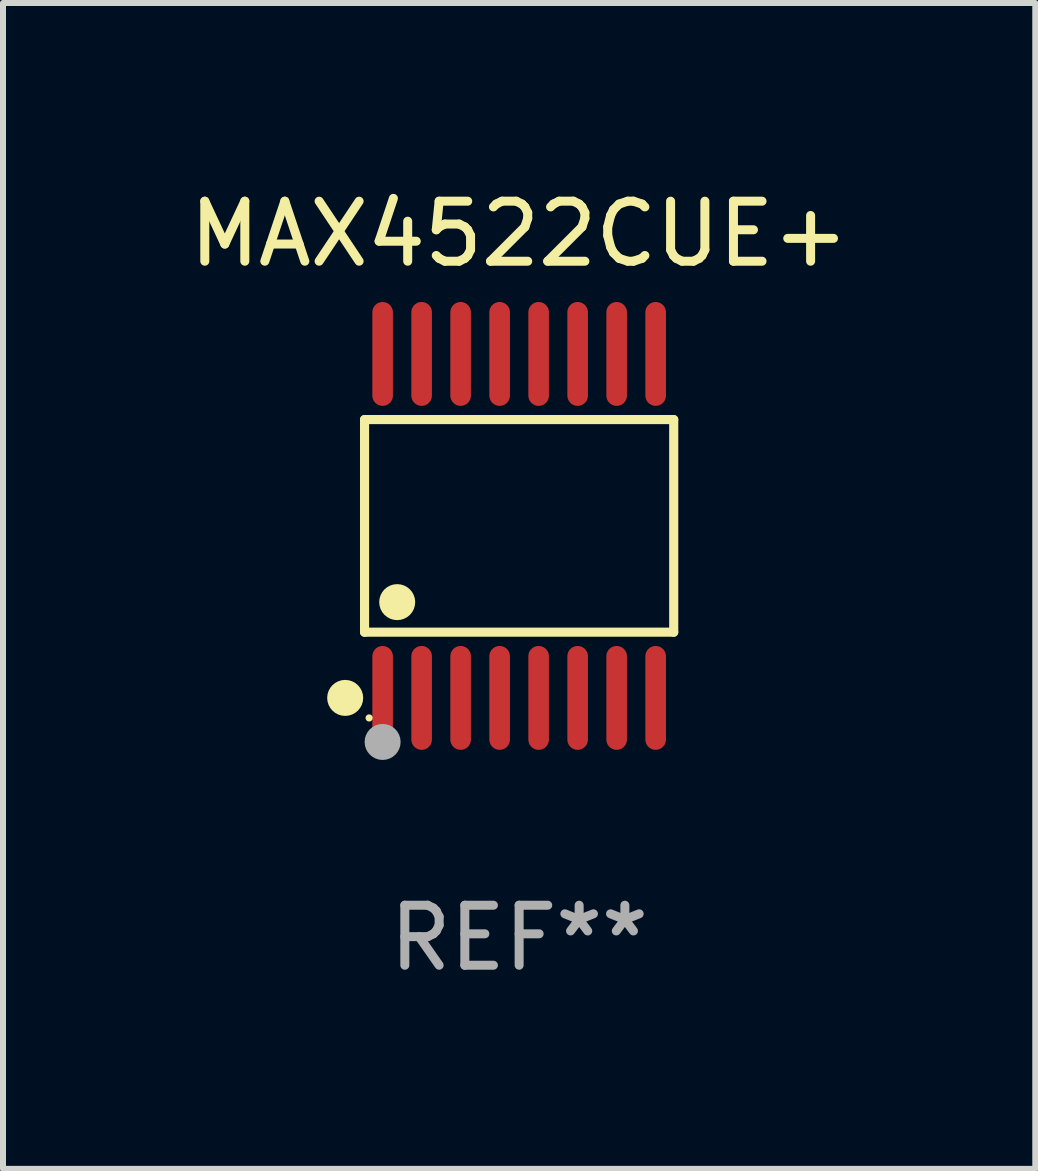
<source format=kicad_pcb>
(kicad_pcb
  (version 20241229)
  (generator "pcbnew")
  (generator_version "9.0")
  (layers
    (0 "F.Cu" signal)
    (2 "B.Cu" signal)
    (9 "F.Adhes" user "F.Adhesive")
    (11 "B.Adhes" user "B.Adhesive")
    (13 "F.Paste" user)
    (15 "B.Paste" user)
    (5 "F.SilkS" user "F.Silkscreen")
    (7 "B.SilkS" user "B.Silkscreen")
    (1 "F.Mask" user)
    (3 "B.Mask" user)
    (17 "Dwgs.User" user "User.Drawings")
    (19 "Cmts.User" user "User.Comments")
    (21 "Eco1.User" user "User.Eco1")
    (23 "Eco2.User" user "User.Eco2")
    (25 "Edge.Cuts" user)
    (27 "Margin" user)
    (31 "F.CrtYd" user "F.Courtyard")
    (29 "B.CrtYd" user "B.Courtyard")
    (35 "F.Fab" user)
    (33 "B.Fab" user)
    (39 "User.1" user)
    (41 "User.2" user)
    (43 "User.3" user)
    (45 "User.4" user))
  (footprint "MAX4522CUE+"
    (layer "F.Cu")
    (at 5.601 5.714)
    (property "Reference" "MAX4522CUE+" (at 0 -4.866 0) (layer "F.SilkS") (effects (font (size 1 1) (thickness 0.15))))
    (attr through_hole)
    (fp_line (start -2.576 -1.772) (end 2.576 -1.772) (stroke (width 0.152) (type solid)) (layer "F.SilkS"))
    (fp_line (start -2.576 1.771) (end -2.576 -1.772) (stroke (width 0.152) (type solid)) (layer "F.SilkS"))
    (fp_line (start 2.576 -1.772) (end 2.576 1.771) (stroke (width 0.152) (type solid)) (layer "F.SilkS"))
    (fp_line (start 2.576 1.771) (end -2.576 1.771) (stroke (width 0.152) (type solid)) (layer "F.SilkS"))
    (fp_circle (center -2.899 2.866) (end -2.749 2.866) (stroke (width 0.3) (type solid)) (fill no) (layer "F.SilkS"))
    (fp_circle (center -2.5 3.2) (end -2.47 3.2) (stroke (width 0.06) (type solid)) (fill no) (layer "F.SilkS"))
    (fp_circle (center -2.032 1.27) (end -1.882 1.27) (stroke (width 0.3) (type solid)) (fill no) (layer "F.SilkS"))
    (fp_circle (center -2.275 3.6) (end -2.125 3.6) (stroke (width 0.3) (type solid)) (fill no) (layer "F.Fab"))
    (fp_text user "REF**" (at 0 6.866 0) (layer "F.Fab") (effects (font (size 1 1) (thickness 0.15))))
    (pad "1" smd oval (at -2.275 2.866) (size 0.343 1.731) (layers "F.Cu" "F.Mask" "F.Paste"))
    (pad "2" smd oval (at -1.625 2.866) (size 0.343 1.731) (layers "F.Cu" "F.Mask" "F.Paste"))
    (pad "3" smd oval (at -0.975 2.866) (size 0.343 1.731) (layers "F.Cu" "F.Mask" "F.Paste"))
    (pad "4" smd oval (at -0.325 2.866) (size 0.343 1.731) (layers "F.Cu" "F.Mask" "F.Paste"))
    (pad "5" smd oval (at 0.325 2.866) (size 0.343 1.731) (layers "F.Cu" "F.Mask" "F.Paste"))
    (pad "6" smd oval (at 0.975 2.866) (size 0.343 1.731) (layers "F.Cu" "F.Mask" "F.Paste"))
    (pad "7" smd oval (at 1.625 2.866) (size 0.343 1.731) (layers "F.Cu" "F.Mask" "F.Paste"))
    (pad "8" smd oval (at 2.275 2.866) (size 0.343 1.731) (layers "F.Cu" "F.Mask" "F.Paste"))
    (pad "9" smd oval (at 2.275 -2.866) (size 0.343 1.731) (layers "F.Cu" "F.Mask" "F.Paste"))
    (pad "10" smd oval (at 1.625 -2.866) (size 0.343 1.731) (layers "F.Cu" "F.Mask" "F.Paste"))
    (pad "11" smd oval (at 0.975 -2.866) (size 0.343 1.731) (layers "F.Cu" "F.Mask" "F.Paste"))
    (pad "12" smd oval (at 0.325 -2.866) (size 0.343 1.731) (layers "F.Cu" "F.Mask" "F.Paste"))
    (pad "13" smd oval (at -0.325 -2.866) (size 0.343 1.731) (layers "F.Cu" "F.Mask" "F.Paste"))
    (pad "14" smd oval (at -0.975 -2.866) (size 0.343 1.731) (layers "F.Cu" "F.Mask" "F.Paste"))
    (pad "15" smd oval (at -1.625 -2.866) (size 0.343 1.731) (layers "F.Cu" "F.Mask" "F.Paste"))
    (pad "16" smd oval (at -2.275 -2.866) (size 0.343 1.731) (layers "F.Cu" "F.Mask" "F.Paste")))
  (gr_rect
    (start -3 -3)
    (end 14.202 16.428)
    (stroke (width 0.1) (type default))
    (fill no)
    (layer "Edge.Cuts")))
</source>
